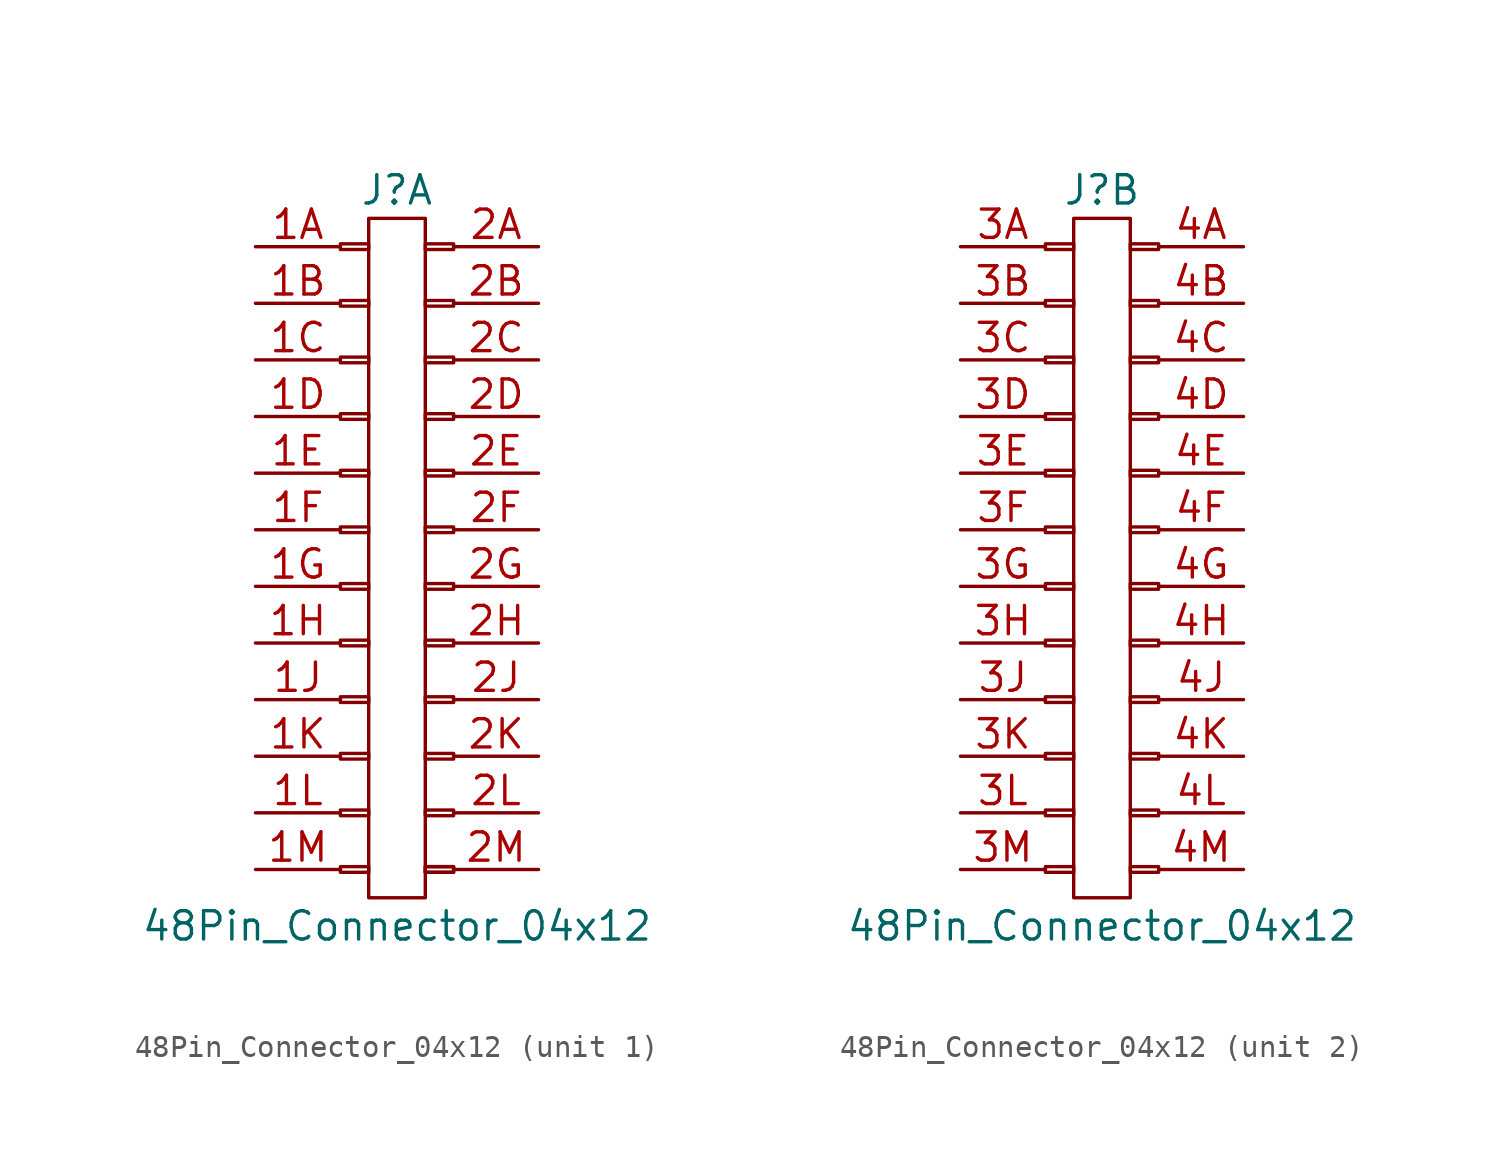
<source format=kicad_sym>
(kicad_symbol_lib
  (version 20211014)
  (generator kicad_symbol_editor)
  (symbol "48Pin_Connector_04x12"
    (pin_names
      (offset 1.016) hide)
    (property "Reference" "J"
      (at 0 16.51 0)
      (effects (font (size 1.27 1.27))))
    (property "Value" "48Pin_Connector_04x12"
      (at 0 -16.51 0)
      (effects (font (size 1.27 1.27))))
    (symbol "48Pin_Connector_04x12_0_1"
      (rectangle (start -1.27 15.24) (end 1.27 -15.24) (stroke (width 0) (type default) (color 0 0 0 0)) (fill (type none))))
    (symbol "48Pin_Connector_04x12_1_1"
      (rectangle (start -2.54 -13.843) (end -1.27 -14.097) (stroke (width 0.152) (type default) (color 0 0 0 0)) (fill (type none)))
      (rectangle (start -2.54 -11.303) (end -1.27 -11.557) (stroke (width 0.152) (type default) (color 0 0 0 0)) (fill (type none)))
      (rectangle (start -2.54 -8.763) (end -1.27 -9.017) (stroke (width 0.152) (type default) (color 0 0 0 0)) (fill (type none)))
      (rectangle (start -2.54 -6.223) (end -1.27 -6.477) (stroke (width 0.152) (type default) (color 0 0 0 0)) (fill (type none)))
      (rectangle (start -2.54 -3.683) (end -1.27 -3.937) (stroke (width 0.152) (type default) (color 0 0 0 0)) (fill (type none)))
      (rectangle (start -2.54 -1.143) (end -1.27 -1.397) (stroke (width 0.152) (type default) (color 0 0 0 0)) (fill (type none)))
      (rectangle (start -2.54 1.397) (end -1.27 1.143) (stroke (width 0.152) (type default) (color 0 0 0 0)) (fill (type none)))
      (rectangle (start -2.54 3.937) (end -1.27 3.683) (stroke (width 0.152) (type default) (color 0 0 0 0)) (fill (type none)))
      (rectangle (start -2.54 6.477) (end -1.27 6.223) (stroke (width 0.152) (type default) (color 0 0 0 0)) (fill (type none)))
      (rectangle (start -2.54 9.017) (end -1.27 8.763) (stroke (width 0.152) (type default) (color 0 0 0 0)) (fill (type none)))
      (rectangle (start -2.54 11.557) (end -1.27 11.303) (stroke (width 0.152) (type default) (color 0 0 0 0)) (fill (type none)))
      (rectangle (start -2.54 14.097) (end -1.27 13.843) (stroke (width 0.152) (type default) (color 0 0 0 0)) (fill (type none)))
      (rectangle (start 2.54 -13.843) (end 1.27 -14.097) (stroke (width 0.152) (type default) (color 0 0 0 0)) (fill (type none)))
      (rectangle (start 2.54 -13.843) (end 1.27 -14.097) (stroke (width 0.152) (type default) (color 0 0 0 0)) (fill (type none)))
      (rectangle (start 2.54 -11.303) (end 1.27 -11.557) (stroke (width 0.152) (type default) (color 0 0 0 0)) (fill (type none)))
      (rectangle (start 2.54 -8.763) (end 1.27 -9.017) (stroke (width 0.152) (type default) (color 0 0 0 0)) (fill (type none)))
      (rectangle (start 2.54 -6.223) (end 1.27 -6.477) (stroke (width 0.152) (type default) (color 0 0 0 0)) (fill (type none)))
      (rectangle (start 2.54 -3.683) (end 1.27 -3.937) (stroke (width 0.152) (type default) (color 0 0 0 0)) (fill (type none)))
      (rectangle (start 2.54 -1.143) (end 1.27 -1.397) (stroke (width 0.152) (type default) (color 0 0 0 0)) (fill (type none)))
      (rectangle (start 2.54 1.397) (end 1.27 1.143) (stroke (width 0.152) (type default) (color 0 0 0 0)) (fill (type none)))
      (rectangle (start 2.54 3.937) (end 1.27 3.683) (stroke (width 0.152) (type default) (color 0 0 0 0)) (fill (type none)))
      (rectangle (start 2.54 6.477) (end 1.27 6.223) (stroke (width 0.152) (type default) (color 0 0 0 0)) (fill (type none)))
      (rectangle (start 2.54 9.017) (end 1.27 8.763) (stroke (width 0.152) (type default) (color 0 0 0 0)) (fill (type none)))
      (rectangle (start 2.54 11.557) (end 1.27 11.303) (stroke (width 0.152) (type default) (color 0 0 0 0)) (fill (type none)))
      (rectangle (start 2.54 14.097) (end 1.27 13.843) (stroke (width 0.152) (type default) (color 0 0 0 0)) (fill (type none)))
      (pin passive line (at -6.35 13.97 0) (length 3.81) (name "Pin_1" (effects (font (size 1.27 1.27)))) (number "1A" (effects (font (size 1.27 1.27)))))
      (pin passive line (at -6.35 11.43 0) (length 3.81) (name "Pin_2" (effects (font (size 1.27 1.27)))) (number "1B" (effects (font (size 1.27 1.27)))))
      (pin passive line (at -6.35 8.89 0) (length 3.81) (name "Pin_3" (effects (font (size 1.27 1.27)))) (number "1C" (effects (font (size 1.27 1.27)))))
      (pin passive line (at -6.35 6.35 0) (length 3.81) (name "Pin_4" (effects (font (size 1.27 1.27)))) (number "1D" (effects (font (size 1.27 1.27)))))
      (pin passive line (at -6.35 3.81 0) (length 3.81) (name "Pin_5" (effects (font (size 1.27 1.27)))) (number "1E" (effects (font (size 1.27 1.27)))))
      (pin passive line (at -6.35 1.27 0) (length 3.81) (name "Pin_6" (effects (font (size 1.27 1.27)))) (number "1F" (effects (font (size 1.27 1.27)))))
      (pin passive line (at -6.35 -1.27 0) (length 3.81) (name "Pin_7" (effects (font (size 1.27 1.27)))) (number "1G" (effects (font (size 1.27 1.27)))))
      (pin passive line (at -6.35 -3.81 0) (length 3.81) (name "Pin_8" (effects (font (size 1.27 1.27)))) (number "1H" (effects (font (size 1.27 1.27)))))
      (pin passive line (at -6.35 -6.35 0) (length 3.81) (name "Pin_9" (effects (font (size 1.27 1.27)))) (number "1J" (effects (font (size 1.27 1.27)))))
      (pin passive line (at -6.35 -8.89 0) (length 3.81) (name "Pin_10" (effects (font (size 1.27 1.27)))) (number "1K" (effects (font (size 1.27 1.27)))))
      (pin passive line (at -6.35 -11.43 0) (length 3.81) (name "Pin_11" (effects (font (size 1.27 1.27)))) (number "1L" (effects (font (size 1.27 1.27)))))
      (pin passive line (at -6.35 -13.97 0) (length 3.81) (name "Pin_12" (effects (font (size 1.27 1.27)))) (number "1M" (effects (font (size 1.27 1.27)))))
      (pin passive line (at 6.35 13.97 180) (length 3.81) (name "Pin_25" (effects (font (size 1.27 1.27)))) (number "2A" (effects (font (size 1.27 1.27)))))
      (pin passive line (at 6.35 11.43 180) (length 3.81) (name "Pin_26" (effects (font (size 1.27 1.27)))) (number "2B" (effects (font (size 1.27 1.27)))))
      (pin passive line (at 6.35 8.89 180) (length 3.81) (name "Pin_27" (effects (font (size 1.27 1.27)))) (number "2C" (effects (font (size 1.27 1.27)))))
      (pin passive line (at 6.35 6.35 180) (length 3.81) (name "Pin_28" (effects (font (size 1.27 1.27)))) (number "2D" (effects (font (size 1.27 1.27)))))
      (pin passive line (at 6.35 3.81 180) (length 3.81) (name "Pin_29" (effects (font (size 1.27 1.27)))) (number "2E" (effects (font (size 1.27 1.27)))))
      (pin passive line (at 6.35 1.27 180) (length 3.81) (name "Pin_30" (effects (font (size 1.27 1.27)))) (number "2F" (effects (font (size 1.27 1.27)))))
      (pin passive line (at 6.35 -1.27 180) (length 3.81) (name "Pin_31" (effects (font (size 1.27 1.27)))) (number "2G" (effects (font (size 1.27 1.27)))))
      (pin passive line (at 6.35 -3.81 180) (length 3.81) (name "Pin_32" (effects (font (size 1.27 1.27)))) (number "2H" (effects (font (size 1.27 1.27)))))
      (pin passive line (at 6.35 -6.35 180) (length 3.81) (name "Pin_33" (effects (font (size 1.27 1.27)))) (number "2J" (effects (font (size 1.27 1.27)))))
      (pin passive line (at 6.35 -8.89 180) (length 3.81) (name "Pin_34" (effects (font (size 1.27 1.27)))) (number "2K" (effects (font (size 1.27 1.27)))))
      (pin passive line (at 6.35 -11.43 180) (length 3.81) (name "Pin_35" (effects (font (size 1.27 1.27)))) (number "2L" (effects (font (size 1.27 1.27)))))
      (pin passive line (at 6.35 -13.97 180) (length 3.81) (name "Pin_36" (effects (font (size 1.27 1.27)))) (number "2M" (effects (font (size 1.27 1.27))))))
    (symbol "48Pin_Connector_04x12_2_1"
      (rectangle (start -2.54 -13.843) (end -1.27 -14.097) (stroke (width 0.152) (type default) (color 0 0 0 0)) (fill (type none)))
      (rectangle (start -2.54 -11.303) (end -1.27 -11.557) (stroke (width 0.152) (type default) (color 0 0 0 0)) (fill (type none)))
      (rectangle (start -2.54 -8.763) (end -1.27 -9.017) (stroke (width 0.152) (type default) (color 0 0 0 0)) (fill (type none)))
      (rectangle (start -2.54 -6.223) (end -1.27 -6.477) (stroke (width 0.152) (type default) (color 0 0 0 0)) (fill (type none)))
      (rectangle (start -2.54 -3.683) (end -1.27 -3.937) (stroke (width 0.152) (type default) (color 0 0 0 0)) (fill (type none)))
      (rectangle (start -2.54 -1.143) (end -1.27 -1.397) (stroke (width 0.152) (type default) (color 0 0 0 0)) (fill (type none)))
      (rectangle (start -2.54 1.397) (end -1.27 1.143) (stroke (width 0.152) (type default) (color 0 0 0 0)) (fill (type none)))
      (rectangle (start -2.54 3.937) (end -1.27 3.683) (stroke (width 0.152) (type default) (color 0 0 0 0)) (fill (type none)))
      (rectangle (start -2.54 6.477) (end -1.27 6.223) (stroke (width 0.152) (type default) (color 0 0 0 0)) (fill (type none)))
      (rectangle (start -2.54 9.017) (end -1.27 8.763) (stroke (width 0.152) (type default) (color 0 0 0 0)) (fill (type none)))
      (rectangle (start -2.54 11.557) (end -1.27 11.303) (stroke (width 0.152) (type default) (color 0 0 0 0)) (fill (type none)))
      (rectangle (start -2.54 14.097) (end -1.27 13.843) (stroke (width 0.152) (type default) (color 0 0 0 0)) (fill (type none)))
      (rectangle (start 2.54 -13.843) (end 1.27 -14.097) (stroke (width 0.152) (type default) (color 0 0 0 0)) (fill (type none)))
      (rectangle (start 2.54 -11.303) (end 1.27 -11.557) (stroke (width 0.152) (type default) (color 0 0 0 0)) (fill (type none)))
      (rectangle (start 2.54 -8.763) (end 1.27 -9.017) (stroke (width 0.152) (type default) (color 0 0 0 0)) (fill (type none)))
      (rectangle (start 2.54 -6.223) (end 1.27 -6.477) (stroke (width 0.152) (type default) (color 0 0 0 0)) (fill (type none)))
      (rectangle (start 2.54 -3.683) (end 1.27 -3.937) (stroke (width 0.152) (type default) (color 0 0 0 0)) (fill (type none)))
      (rectangle (start 2.54 -1.143) (end 1.27 -1.397) (stroke (width 0.152) (type default) (color 0 0 0 0)) (fill (type none)))
      (rectangle (start 2.54 1.397) (end 1.27 1.143) (stroke (width 0.152) (type default) (color 0 0 0 0)) (fill (type none)))
      (rectangle (start 2.54 3.937) (end 1.27 3.683) (stroke (width 0.152) (type default) (color 0 0 0 0)) (fill (type none)))
      (rectangle (start 2.54 6.477) (end 1.27 6.223) (stroke (width 0.152) (type default) (color 0 0 0 0)) (fill (type none)))
      (rectangle (start 2.54 9.017) (end 1.27 8.763) (stroke (width 0.152) (type default) (color 0 0 0 0)) (fill (type none)))
      (rectangle (start 2.54 11.557) (end 1.27 11.303) (stroke (width 0.152) (type default) (color 0 0 0 0)) (fill (type none)))
      (rectangle (start 2.54 14.097) (end 1.27 13.843) (stroke (width 0.152) (type default) (color 0 0 0 0)) (fill (type none)))
      (pin passive line (at -6.35 13.97 0) (length 3.81) (name "Pin_13" (effects (font (size 1.27 1.27)))) (number "3A" (effects (font (size 1.27 1.27)))))
      (pin passive line (at -6.35 11.43 0) (length 3.81) (name "Pin_14" (effects (font (size 1.27 1.27)))) (number "3B" (effects (font (size 1.27 1.27)))))
      (pin passive line (at -6.35 8.89 0) (length 3.81) (name "Pin_15" (effects (font (size 1.27 1.27)))) (number "3C" (effects (font (size 1.27 1.27)))))
      (pin passive line (at -6.35 6.35 0) (length 3.81) (name "Pin_16" (effects (font (size 1.27 1.27)))) (number "3D" (effects (font (size 1.27 1.27)))))
      (pin passive line (at -6.35 3.81 0) (length 3.81) (name "Pin_17" (effects (font (size 1.27 1.27)))) (number "3E" (effects (font (size 1.27 1.27)))))
      (pin passive line (at -6.35 1.27 0) (length 3.81) (name "Pin_18" (effects (font (size 1.27 1.27)))) (number "3F" (effects (font (size 1.27 1.27)))))
      (pin passive line (at -6.35 -1.27 0) (length 3.81) (name "Pin_19" (effects (font (size 1.27 1.27)))) (number "3G" (effects (font (size 1.27 1.27)))))
      (pin passive line (at -6.35 -3.81 0) (length 3.81) (name "Pin_20" (effects (font (size 1.27 1.27)))) (number "3H" (effects (font (size 1.27 1.27)))))
      (pin passive line (at -6.35 -6.35 0) (length 3.81) (name "Pin_21" (effects (font (size 1.27 1.27)))) (number "3J" (effects (font (size 1.27 1.27)))))
      (pin passive line (at -6.35 -8.89 0) (length 3.81) (name "Pin_22" (effects (font (size 1.27 1.27)))) (number "3K" (effects (font (size 1.27 1.27)))))
      (pin passive line (at -6.35 -11.43 0) (length 3.81) (name "Pin_23" (effects (font (size 1.27 1.27)))) (number "3L" (effects (font (size 1.27 1.27)))))
      (pin passive line (at -6.35 -13.97 0) (length 3.81) (name "Pin_24" (effects (font (size 1.27 1.27)))) (number "3M" (effects (font (size 1.27 1.27)))))
      (pin passive line (at 6.35 13.97 180) (length 3.81) (name "Pin_37" (effects (font (size 1.27 1.27)))) (number "4A" (effects (font (size 1.27 1.27)))))
      (pin passive line (at 6.35 11.43 180) (length 3.81) (name "Pin_38" (effects (font (size 1.27 1.27)))) (number "4B" (effects (font (size 1.27 1.27)))))
      (pin passive line (at 6.35 8.89 180) (length 3.81) (name "Pin_39" (effects (font (size 1.27 1.27)))) (number "4C" (effects (font (size 1.27 1.27)))))
      (pin passive line (at 6.35 6.35 180) (length 3.81) (name "Pin_40" (effects (font (size 1.27 1.27)))) (number "4D" (effects (font (size 1.27 1.27)))))
      (pin passive line (at 6.35 3.81 180) (length 3.81) (name "Pin_41" (effects (font (size 1.27 1.27)))) (number "4E" (effects (font (size 1.27 1.27)))))
      (pin passive line (at 6.35 1.27 180) (length 3.81) (name "Pin_42" (effects (font (size 1.27 1.27)))) (number "4F" (effects (font (size 1.27 1.27)))))
      (pin passive line (at 6.35 -1.27 180) (length 3.81) (name "Pin_31" (effects (font (size 1.27 1.27)))) (number "4G" (effects (font (size 1.27 1.27)))))
      (pin passive line (at 6.35 -3.81 180) (length 3.81) (name "Pin_32" (effects (font (size 1.27 1.27)))) (number "4H" (effects (font (size 1.27 1.27)))))
      (pin passive line (at 6.35 -6.35 180) (length 3.81) (name "Pin_45" (effects (font (size 1.27 1.27)))) (number "4J" (effects (font (size 1.27 1.27)))))
      (pin passive line (at 6.35 -8.89 180) (length 3.81) (name "Pin_46" (effects (font (size 1.27 1.27)))) (number "4K" (effects (font (size 1.27 1.27)))))
      (pin passive line (at 6.35 -11.43 180) (length 3.81) (name "Pin_47" (effects (font (size 1.27 1.27)))) (number "4L" (effects (font (size 1.27 1.27)))))
      (pin passive line (at 6.35 -13.97 180) (length 3.81) (name "Pin_48" (effects (font (size 1.27 1.27)))) (number "4M" (effects (font (size 1.27 1.27))))))))
</source>
